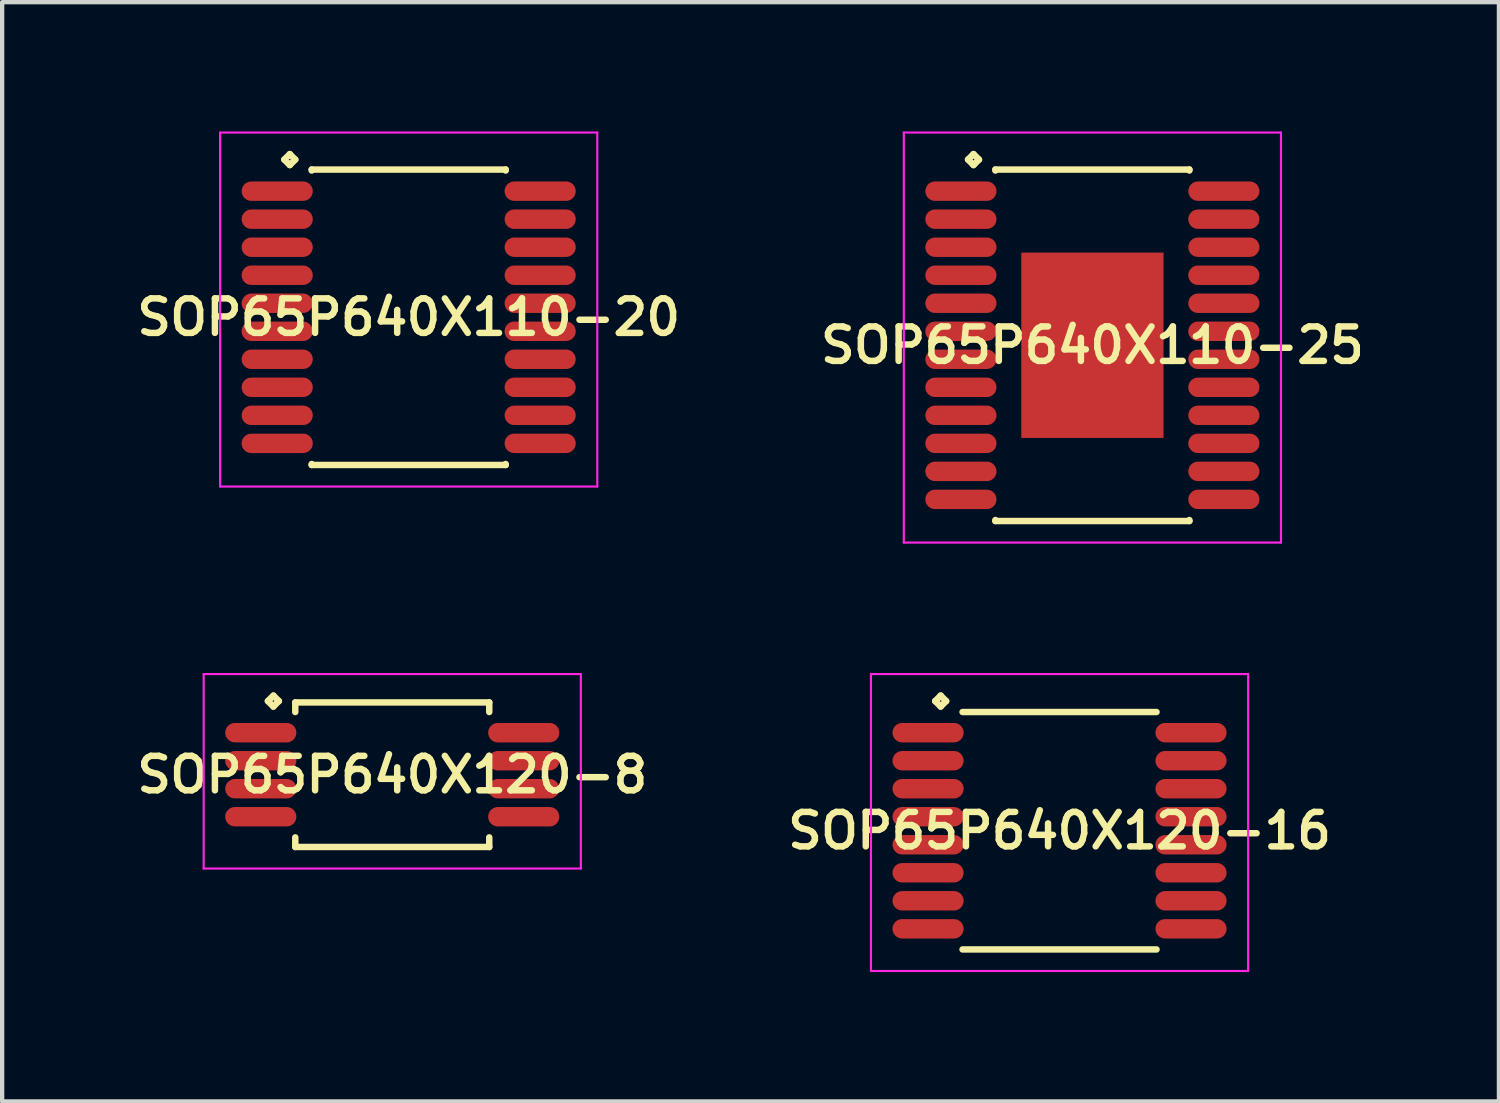
<source format=kicad_pcb>
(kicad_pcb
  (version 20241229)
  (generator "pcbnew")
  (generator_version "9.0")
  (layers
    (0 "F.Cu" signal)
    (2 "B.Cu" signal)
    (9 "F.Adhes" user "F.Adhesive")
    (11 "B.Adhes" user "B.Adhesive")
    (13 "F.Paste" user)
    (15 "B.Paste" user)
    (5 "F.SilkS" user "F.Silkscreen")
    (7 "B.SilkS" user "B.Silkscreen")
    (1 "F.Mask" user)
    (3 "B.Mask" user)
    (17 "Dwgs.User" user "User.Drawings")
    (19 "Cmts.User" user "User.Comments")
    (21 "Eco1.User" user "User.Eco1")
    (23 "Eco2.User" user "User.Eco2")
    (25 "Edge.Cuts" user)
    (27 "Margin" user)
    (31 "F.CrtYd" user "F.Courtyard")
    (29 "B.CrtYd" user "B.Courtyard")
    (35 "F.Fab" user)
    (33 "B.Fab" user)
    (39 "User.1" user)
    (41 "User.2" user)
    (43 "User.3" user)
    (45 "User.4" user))
  (footprint "SOP65P640X110-25"
    (layer "F.Cu")
    (at 22.292 4.96)
    (property "Reference" "SOP65P640X110-25" (at 0 0 0) (layer "F.SilkS") (effects (font (size 0.8 0.8) (thickness 0.15))))
    (attr smd)
    (fp_line (start -2.885 -4.308) (end -2.758 -4.435) (stroke (width 0.15) (type solid)) (layer "F.SilkS"))
    (fp_line (start -2.758 -4.435) (end -2.631 -4.308) (stroke (width 0.15) (type solid)) (layer "F.SilkS"))
    (fp_line (start -2.758 -4.181) (end -2.885 -4.308) (stroke (width 0.15) (type solid)) (layer "F.SilkS"))
    (fp_line (start -2.631 -4.308) (end -2.758 -4.181) (stroke (width 0.15) (type solid)) (layer "F.SilkS"))
    (fp_line (start -2.25 -4.077) (end 2.25 -4.077) (stroke (width 0.15) (type solid)) (layer "F.SilkS"))
    (fp_line (start -2.25 -4.054) (end -2.25 -4.077) (stroke (width 0.15) (type solid)) (layer "F.SilkS"))
    (fp_line (start -2.25 4.054) (end -2.25 4.077) (stroke (width 0.15) (type solid)) (layer "F.SilkS"))
    (fp_line (start -2.25 4.077) (end 2.25 4.077) (stroke (width 0.15) (type solid)) (layer "F.SilkS"))
    (fp_line (start 2.25 -4.077) (end 2.25 -4.054) (stroke (width 0.15) (type solid)) (layer "F.SilkS"))
    (fp_line (start 2.25 4.077) (end 2.25 4.054) (stroke (width 0.15) (type solid)) (layer "F.SilkS"))
    (fp_line (start -4.375 -4.935) (end 4.375 -4.935) (stroke (width 0.05) (type solid)) (layer "F.CrtYd"))
    (fp_line (start -4.375 4.577) (end -4.375 -4.935) (stroke (width 0.05) (type solid)) (layer "F.CrtYd"))
    (fp_line (start 4.375 -4.935) (end 4.375 4.577) (stroke (width 0.05) (type solid)) (layer "F.CrtYd"))
    (fp_line (start 4.375 4.577) (end -4.375 4.577) (stroke (width 0.05) (type solid)) (layer "F.CrtYd"))
    (pad "1" smd oval (at -3.05 -3.575) (size 1.65 0.45) (layers "F.Cu" "F.Mask" "F.Paste"))
    (pad "2" smd oval (at -3.05 -2.925) (size 1.65 0.45) (layers "F.Cu" "F.Mask" "F.Paste"))
    (pad "3" smd oval (at -3.05 -2.275) (size 1.65 0.45) (layers "F.Cu" "F.Mask" "F.Paste"))
    (pad "4" smd oval (at -3.05 -1.625) (size 1.65 0.45) (layers "F.Cu" "F.Mask" "F.Paste"))
    (pad "5" smd oval (at -3.05 -0.975) (size 1.65 0.45) (layers "F.Cu" "F.Mask" "F.Paste"))
    (pad "6" smd oval (at -3.05 -0.325) (size 1.65 0.45) (layers "F.Cu" "F.Mask" "F.Paste"))
    (pad "7" smd oval (at -3.05 0.325) (size 1.65 0.45) (layers "F.Cu" "F.Mask" "F.Paste"))
    (pad "8" smd oval (at -3.05 0.975) (size 1.65 0.45) (layers "F.Cu" "F.Mask" "F.Paste"))
    (pad "9" smd oval (at -3.05 1.625) (size 1.65 0.45) (layers "F.Cu" "F.Mask" "F.Paste"))
    (pad "10" smd oval (at -3.05 2.275) (size 1.65 0.45) (layers "F.Cu" "F.Mask" "F.Paste"))
    (pad "11" smd oval (at -3.05 2.925) (size 1.65 0.45) (layers "F.Cu" "F.Mask" "F.Paste"))
    (pad "12" smd oval (at -3.05 3.575) (size 1.65 0.45) (layers "F.Cu" "F.Mask" "F.Paste"))
    (pad "13" smd oval (at 3.05 3.575) (size 1.65 0.45) (layers "F.Cu" "F.Mask" "F.Paste"))
    (pad "14" smd oval (at 3.05 2.925) (size 1.65 0.45) (layers "F.Cu" "F.Mask" "F.Paste"))
    (pad "15" smd oval (at 3.05 2.275) (size 1.65 0.45) (layers "F.Cu" "F.Mask" "F.Paste"))
    (pad "16" smd oval (at 3.05 1.625) (size 1.65 0.45) (layers "F.Cu" "F.Mask" "F.Paste"))
    (pad "17" smd oval (at 3.05 0.975) (size 1.65 0.45) (layers "F.Cu" "F.Mask" "F.Paste"))
    (pad "18" smd oval (at 3.05 0.325) (size 1.65 0.45) (layers "F.Cu" "F.Mask" "F.Paste"))
    (pad "19" smd oval (at 3.05 -0.325) (size 1.65 0.45) (layers "F.Cu" "F.Mask" "F.Paste"))
    (pad "20" smd oval (at 3.05 -0.975) (size 1.65 0.45) (layers "F.Cu" "F.Mask" "F.Paste"))
    (pad "21" smd oval (at 3.05 -1.625) (size 1.65 0.45) (layers "F.Cu" "F.Mask" "F.Paste"))
    (pad "22" smd oval (at 3.05 -2.275) (size 1.65 0.45) (layers "F.Cu" "F.Mask" "F.Paste"))
    (pad "23" smd oval (at 3.05 -2.925) (size 1.65 0.45) (layers "F.Cu" "F.Mask" "F.Paste"))
    (pad "24" smd oval (at 3.05 -3.575) (size 1.65 0.45) (layers "F.Cu" "F.Mask" "F.Paste"))
    (pad "25" smd rect (at 0 0) (size 3.3 4.3) (layers "F.Cu" "F.Mask" "F.Paste")))
  (footprint "SOP65P640X110-20"
    (layer "F.Cu")
    (at 6.431 4.31)
    (property "Reference" "SOP65P640X110-20" (at 0 0 0) (layer "F.SilkS") (effects (font (size 0.8 0.8) (thickness 0.15))))
    (attr smd)
    (fp_line (start -2.885 -3.658) (end -2.758 -3.785) (stroke (width 0.15) (type solid)) (layer "F.SilkS"))
    (fp_line (start -2.758 -3.785) (end -2.631 -3.658) (stroke (width 0.15) (type solid)) (layer "F.SilkS"))
    (fp_line (start -2.758 -3.531) (end -2.885 -3.658) (stroke (width 0.15) (type solid)) (layer "F.SilkS"))
    (fp_line (start -2.631 -3.658) (end -2.758 -3.531) (stroke (width 0.15) (type solid)) (layer "F.SilkS"))
    (fp_line (start -2.25 -3.427) (end 2.25 -3.427) (stroke (width 0.15) (type solid)) (layer "F.SilkS"))
    (fp_line (start -2.25 -3.404) (end -2.25 -3.427) (stroke (width 0.15) (type solid)) (layer "F.SilkS"))
    (fp_line (start -2.25 3.404) (end -2.25 3.427) (stroke (width 0.15) (type solid)) (layer "F.SilkS"))
    (fp_line (start -2.25 3.427) (end 2.25 3.427) (stroke (width 0.15) (type solid)) (layer "F.SilkS"))
    (fp_line (start 2.25 -3.427) (end 2.25 -3.404) (stroke (width 0.15) (type solid)) (layer "F.SilkS"))
    (fp_line (start 2.25 3.427) (end 2.25 3.404) (stroke (width 0.15) (type solid)) (layer "F.SilkS"))
    (fp_line (start -4.375 -4.285) (end 4.375 -4.285) (stroke (width 0.05) (type solid)) (layer "F.CrtYd"))
    (fp_line (start -4.375 3.927) (end -4.375 -4.285) (stroke (width 0.05) (type solid)) (layer "F.CrtYd"))
    (fp_line (start 4.375 -4.285) (end 4.375 3.927) (stroke (width 0.05) (type solid)) (layer "F.CrtYd"))
    (fp_line (start 4.375 3.927) (end -4.375 3.927) (stroke (width 0.05) (type solid)) (layer "F.CrtYd"))
    (pad "1" smd oval (at -3.05 -2.925) (size 1.65 0.45) (layers "F.Cu" "F.Mask" "F.Paste"))
    (pad "2" smd oval (at -3.05 -2.275) (size 1.65 0.45) (layers "F.Cu" "F.Mask" "F.Paste"))
    (pad "3" smd oval (at -3.05 -1.625) (size 1.65 0.45) (layers "F.Cu" "F.Mask" "F.Paste"))
    (pad "4" smd oval (at -3.05 -0.975) (size 1.65 0.45) (layers "F.Cu" "F.Mask" "F.Paste"))
    (pad "5" smd oval (at -3.05 -0.325) (size 1.65 0.45) (layers "F.Cu" "F.Mask" "F.Paste"))
    (pad "6" smd oval (at -3.05 0.325) (size 1.65 0.45) (layers "F.Cu" "F.Mask" "F.Paste"))
    (pad "7" smd oval (at -3.05 0.975) (size 1.65 0.45) (layers "F.Cu" "F.Mask" "F.Paste"))
    (pad "8" smd oval (at -3.05 1.625) (size 1.65 0.45) (layers "F.Cu" "F.Mask" "F.Paste"))
    (pad "9" smd oval (at -3.05 2.275) (size 1.65 0.45) (layers "F.Cu" "F.Mask" "F.Paste"))
    (pad "10" smd oval (at -3.05 2.925) (size 1.65 0.45) (layers "F.Cu" "F.Mask" "F.Paste"))
    (pad "11" smd oval (at 3.05 2.925) (size 1.65 0.45) (layers "F.Cu" "F.Mask" "F.Paste"))
    (pad "12" smd oval (at 3.05 2.275) (size 1.65 0.45) (layers "F.Cu" "F.Mask" "F.Paste"))
    (pad "13" smd oval (at 3.05 1.625) (size 1.65 0.45) (layers "F.Cu" "F.Mask" "F.Paste"))
    (pad "14" smd oval (at 3.05 0.975) (size 1.65 0.45) (layers "F.Cu" "F.Mask" "F.Paste"))
    (pad "15" smd oval (at 3.05 0.325) (size 1.65 0.45) (layers "F.Cu" "F.Mask" "F.Paste"))
    (pad "16" smd oval (at 3.05 -0.325) (size 1.65 0.45) (layers "F.Cu" "F.Mask" "F.Paste"))
    (pad "17" smd oval (at 3.05 -0.975) (size 1.65 0.45) (layers "F.Cu" "F.Mask" "F.Paste"))
    (pad "18" smd oval (at 3.05 -1.625) (size 1.65 0.45) (layers "F.Cu" "F.Mask" "F.Paste"))
    (pad "19" smd oval (at 3.05 -2.275) (size 1.65 0.45) (layers "F.Cu" "F.Mask" "F.Paste"))
    (pad "20" smd oval (at 3.05 -2.925) (size 1.65 0.45) (layers "F.Cu" "F.Mask" "F.Paste")))
  (footprint "SOP65P640X120-8"
    (layer "F.Cu")
    (at 6.05 14.922)
    (property "Reference" "SOP65P640X120-8" (at 0 0 0) (layer "F.SilkS") (effects (font (size 0.8 0.8) (thickness 0.15))))
    (attr smd)
    (fp_line (start -2.885 -1.708) (end -2.758 -1.835) (stroke (width 0.15) (type solid)) (layer "F.SilkS"))
    (fp_line (start -2.758 -1.835) (end -2.631 -1.708) (stroke (width 0.15) (type solid)) (layer "F.SilkS"))
    (fp_line (start -2.758 -1.581) (end -2.885 -1.708) (stroke (width 0.15) (type solid)) (layer "F.SilkS"))
    (fp_line (start -2.631 -1.708) (end -2.758 -1.581) (stroke (width 0.15) (type solid)) (layer "F.SilkS"))
    (fp_line (start -2.25 -1.677) (end 2.25 -1.677) (stroke (width 0.15) (type solid)) (layer "F.SilkS"))
    (fp_line (start -2.25 -1.454) (end -2.25 -1.677) (stroke (width 0.15) (type solid)) (layer "F.SilkS"))
    (fp_line (start -2.25 1.454) (end -2.25 1.677) (stroke (width 0.15) (type solid)) (layer "F.SilkS"))
    (fp_line (start -2.25 1.677) (end 2.25 1.677) (stroke (width 0.15) (type solid)) (layer "F.SilkS"))
    (fp_line (start 2.25 -1.677) (end 2.25 -1.454) (stroke (width 0.15) (type solid)) (layer "F.SilkS"))
    (fp_line (start 2.25 1.677) (end 2.25 1.454) (stroke (width 0.15) (type solid)) (layer "F.SilkS"))
    (fp_line (start -4.375 -2.335) (end 4.375 -2.335) (stroke (width 0.05) (type solid)) (layer "F.CrtYd"))
    (fp_line (start -4.375 2.177) (end -4.375 -2.335) (stroke (width 0.05) (type solid)) (layer "F.CrtYd"))
    (fp_line (start 4.375 -2.335) (end 4.375 2.177) (stroke (width 0.05) (type solid)) (layer "F.CrtYd"))
    (fp_line (start 4.375 2.177) (end -4.375 2.177) (stroke (width 0.05) (type solid)) (layer "F.CrtYd"))
    (pad "1" smd oval (at -3.05 -0.975) (size 1.65 0.45) (layers "F.Cu" "F.Mask" "F.Paste"))
    (pad "2" smd oval (at -3.05 -0.325) (size 1.65 0.45) (layers "F.Cu" "F.Mask" "F.Paste"))
    (pad "3" smd oval (at -3.05 0.325) (size 1.65 0.45) (layers "F.Cu" "F.Mask" "F.Paste"))
    (pad "4" smd oval (at -3.05 0.975) (size 1.65 0.45) (layers "F.Cu" "F.Mask" "F.Paste"))
    (pad "5" smd oval (at 3.05 0.975) (size 1.65 0.45) (layers "F.Cu" "F.Mask" "F.Paste"))
    (pad "6" smd oval (at 3.05 0.325) (size 1.65 0.45) (layers "F.Cu" "F.Mask" "F.Paste"))
    (pad "7" smd oval (at 3.05 -0.325) (size 1.65 0.45) (layers "F.Cu" "F.Mask" "F.Paste"))
    (pad "8" smd oval (at 3.05 -0.975) (size 1.65 0.45) (layers "F.Cu" "F.Mask" "F.Paste")))
  (footprint "SOP65P640X120-16"
    (layer "F.Cu")
    (at 21.53 16.222)
    (property "Reference" "SOP65P640X120-16" (at 0 0 0) (layer "F.SilkS") (effects (font (size 0.8 0.8) (thickness 0.15))))
    (attr smd)
    (fp_line (start -2.885 -3.008) (end -2.758 -3.135) (stroke (width 0.15) (type solid)) (layer "F.SilkS"))
    (fp_line (start -2.758 -3.135) (end -2.631 -3.008) (stroke (width 0.15) (type solid)) (layer "F.SilkS"))
    (fp_line (start -2.758 -2.881) (end -2.885 -3.008) (stroke (width 0.15) (type solid)) (layer "F.SilkS"))
    (fp_line (start -2.631 -3.008) (end -2.758 -2.881) (stroke (width 0.15) (type solid)) (layer "F.SilkS"))
    (fp_line (start -2.25 -2.754) (end 2.25 -2.754) (stroke (width 0.15) (type solid)) (layer "F.SilkS"))
    (fp_line (start -2.25 2.754) (end 2.25 2.754) (stroke (width 0.15) (type solid)) (layer "F.SilkS"))
    (fp_line (start -4.375 -3.635) (end 4.375 -3.635) (stroke (width 0.05) (type solid)) (layer "F.CrtYd"))
    (fp_line (start -4.375 3.254) (end -4.375 -3.635) (stroke (width 0.05) (type solid)) (layer "F.CrtYd"))
    (fp_line (start 4.375 -3.635) (end 4.375 3.254) (stroke (width 0.05) (type solid)) (layer "F.CrtYd"))
    (fp_line (start 4.375 3.254) (end -4.375 3.254) (stroke (width 0.05) (type solid)) (layer "F.CrtYd"))
    (pad "1" smd oval (at -3.05 -2.275) (size 1.65 0.45) (layers "F.Cu" "F.Mask" "F.Paste"))
    (pad "2" smd oval (at -3.05 -1.625) (size 1.65 0.45) (layers "F.Cu" "F.Mask" "F.Paste"))
    (pad "3" smd oval (at -3.05 -0.975) (size 1.65 0.45) (layers "F.Cu" "F.Mask" "F.Paste"))
    (pad "4" smd oval (at -3.05 -0.325) (size 1.65 0.45) (layers "F.Cu" "F.Mask" "F.Paste"))
    (pad "5" smd oval (at -3.05 0.325) (size 1.65 0.45) (layers "F.Cu" "F.Mask" "F.Paste"))
    (pad "6" smd oval (at -3.05 0.975) (size 1.65 0.45) (layers "F.Cu" "F.Mask" "F.Paste"))
    (pad "7" smd oval (at -3.05 1.625) (size 1.65 0.45) (layers "F.Cu" "F.Mask" "F.Paste"))
    (pad "8" smd oval (at -3.05 2.275) (size 1.65 0.45) (layers "F.Cu" "F.Mask" "F.Paste"))
    (pad "9" smd oval (at 3.05 2.275) (size 1.65 0.45) (layers "F.Cu" "F.Mask" "F.Paste"))
    (pad "10" smd oval (at 3.05 1.625) (size 1.65 0.45) (layers "F.Cu" "F.Mask" "F.Paste"))
    (pad "11" smd oval (at 3.05 0.975) (size 1.65 0.45) (layers "F.Cu" "F.Mask" "F.Paste"))
    (pad "12" smd oval (at 3.05 0.325) (size 1.65 0.45) (layers "F.Cu" "F.Mask" "F.Paste"))
    (pad "13" smd oval (at 3.05 -0.325) (size 1.65 0.45) (layers "F.Cu" "F.Mask" "F.Paste"))
    (pad "14" smd oval (at 3.05 -0.975) (size 1.65 0.45) (layers "F.Cu" "F.Mask" "F.Paste"))
    (pad "15" smd oval (at 3.05 -1.625) (size 1.65 0.45) (layers "F.Cu" "F.Mask" "F.Paste"))
    (pad "16" smd oval (at 3.05 -2.275) (size 1.65 0.45) (layers "F.Cu" "F.Mask" "F.Paste")))
  (gr_rect
    (start -3 -3)
    (end 31.723 22.501)
    (stroke (width 0.1) (type default))
    (fill no)
    (layer "Edge.Cuts")))
</source>
